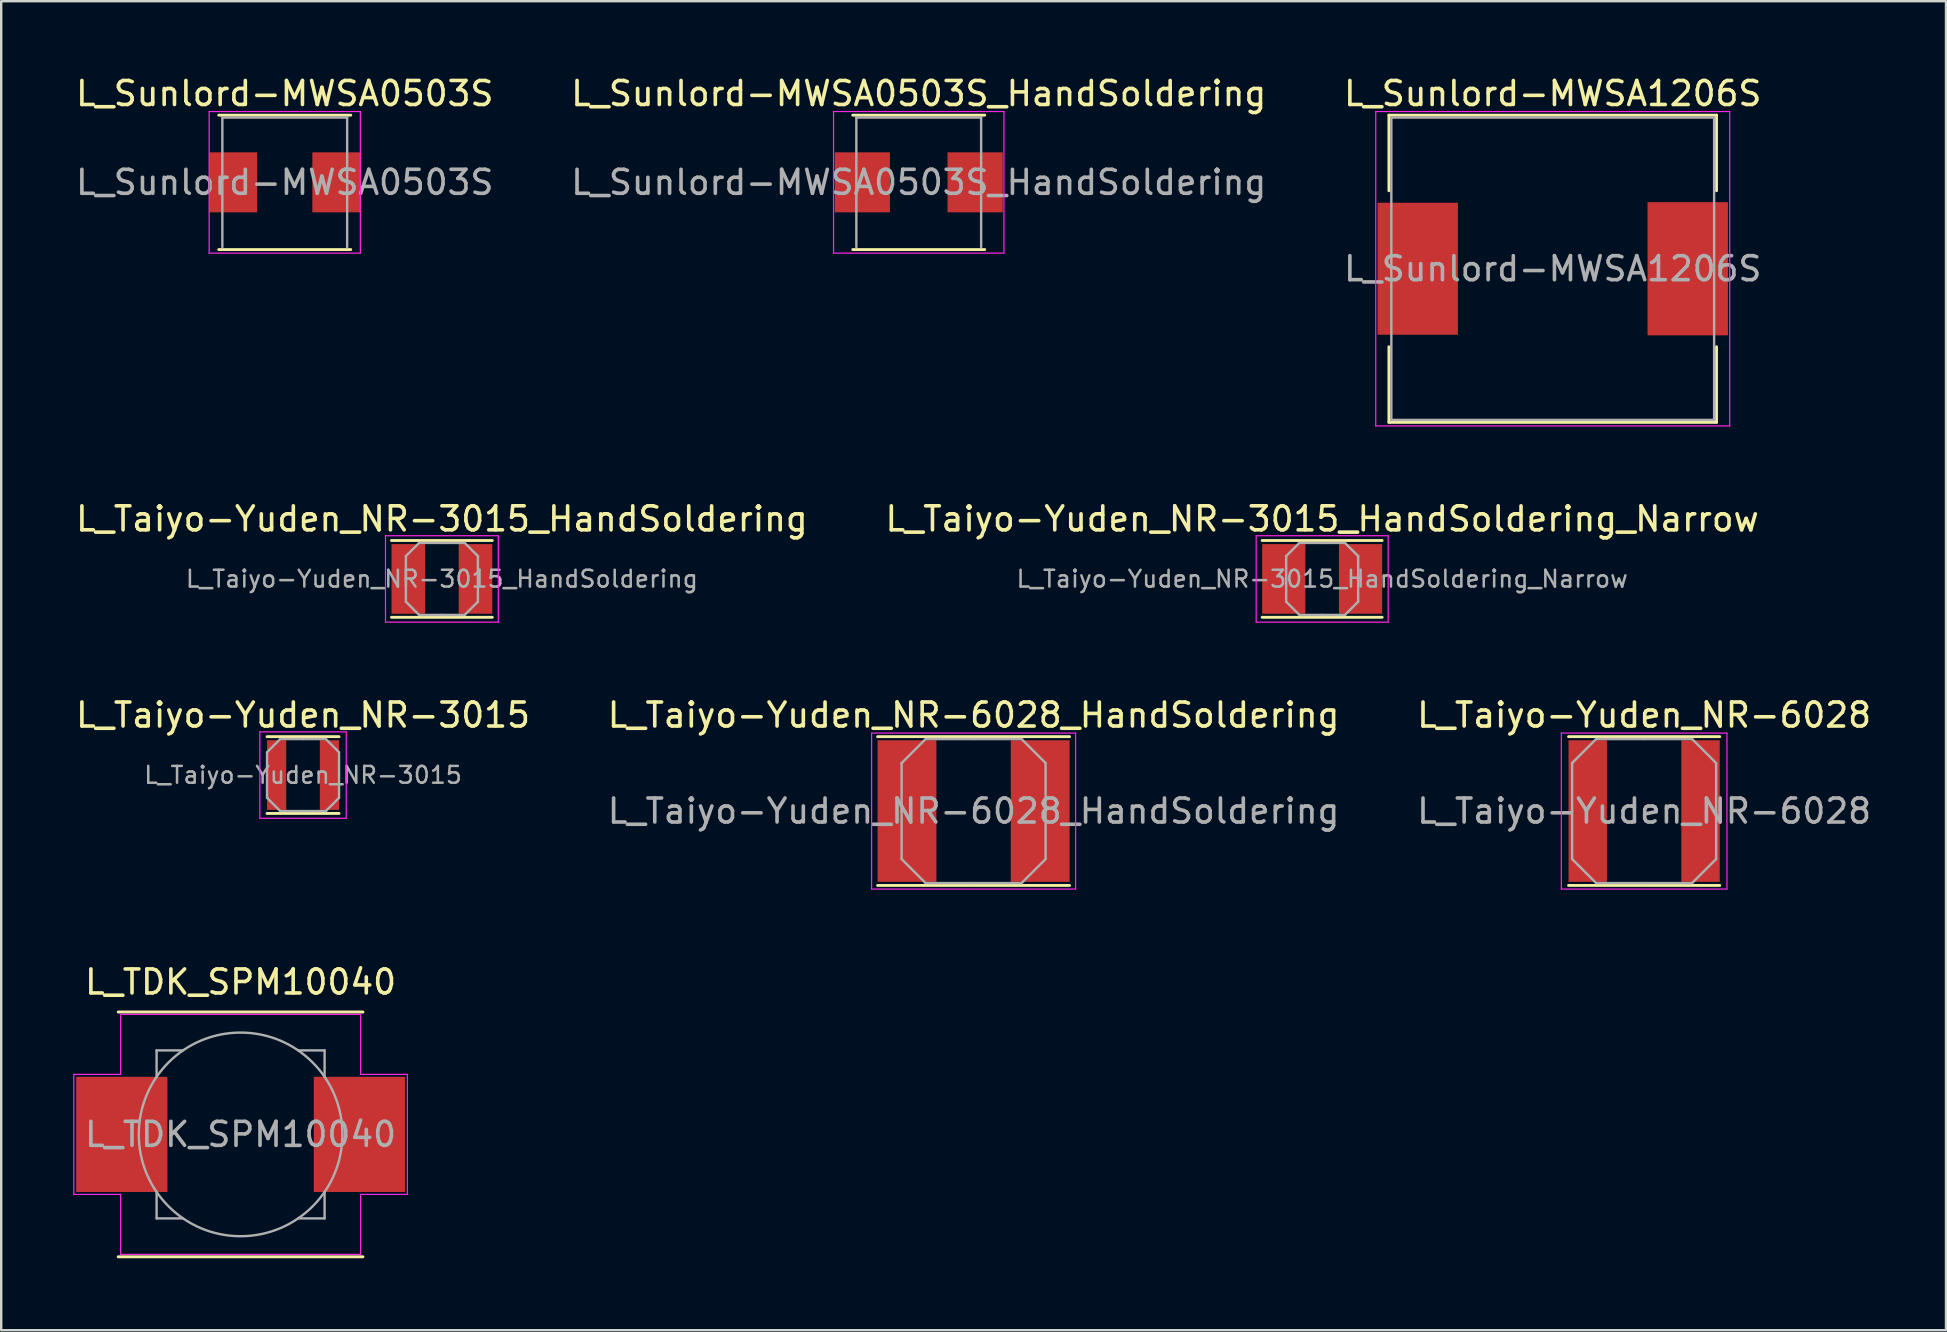
<source format=kicad_pcb>
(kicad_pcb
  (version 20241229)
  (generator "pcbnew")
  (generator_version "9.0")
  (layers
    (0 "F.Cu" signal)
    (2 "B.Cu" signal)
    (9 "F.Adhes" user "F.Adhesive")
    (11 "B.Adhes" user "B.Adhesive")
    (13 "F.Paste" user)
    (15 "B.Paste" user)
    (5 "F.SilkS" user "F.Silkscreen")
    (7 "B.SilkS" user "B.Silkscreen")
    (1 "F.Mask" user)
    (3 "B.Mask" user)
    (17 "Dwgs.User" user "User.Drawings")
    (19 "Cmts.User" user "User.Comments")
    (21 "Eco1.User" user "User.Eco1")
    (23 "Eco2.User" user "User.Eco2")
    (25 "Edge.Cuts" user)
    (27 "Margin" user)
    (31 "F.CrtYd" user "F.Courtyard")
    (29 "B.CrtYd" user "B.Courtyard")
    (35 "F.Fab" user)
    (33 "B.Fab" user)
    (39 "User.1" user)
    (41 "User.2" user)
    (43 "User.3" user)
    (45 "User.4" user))
  (footprint "L_Sunlord-MWSA0503S_HandSoldering"
    (layer "F.Cu")
    (at 35.232 4.548)
    (property "Reference" "L_Sunlord-MWSA0503S_HandSoldering" (at 0 -3.7 0) (layer "F.SilkS") (effects (font (size 1 1) (thickness 0.15))))
    (attr smd)
    (fp_line (start -2.75 -2.8) (end 2.75 -2.8) (stroke (width 0.12) (type solid)) (layer "F.SilkS"))
    (fp_line (start -2.75 2.8) (end 2.75 2.8) (stroke (width 0.12) (type solid)) (layer "F.SilkS"))
    (fp_line (start -3.55 -2.95) (end -3.55 2.95) (stroke (width 0.05) (type solid)) (layer "F.CrtYd"))
    (fp_line (start -3.55 2.95) (end 3.55 2.95) (stroke (width 0.05) (type solid)) (layer "F.CrtYd"))
    (fp_line (start 3.55 -2.95) (end -3.55 -2.95) (stroke (width 0.05) (type solid)) (layer "F.CrtYd"))
    (fp_line (start 3.55 2.95) (end 3.55 -2.95) (stroke (width 0.05) (type solid)) (layer "F.CrtYd"))
    (fp_line (start -2.6 -2.7) (end 2.6 -2.7) (stroke (width 0.1) (type solid)) (layer "F.Fab"))
    (fp_line (start -2.6 2.7) (end -2.6 -2.7) (stroke (width 0.1) (type solid)) (layer "F.Fab"))
    (fp_line (start 2.6 2.7) (end 2.6 -2.7) (stroke (width 0.1) (type solid)) (layer "F.Fab"))
    (fp_text user "${REFERENCE}" (at 0 0 0) (layer "F.Fab") (effects (font (size 1 1) (thickness 0.15))))
    (pad "1" smd rect (at -2.35 0) (size 2.3 2.5) (layers "F.Cu" "F.Mask" "F.Paste"))
    (pad "2" smd rect (at 2.35 0) (size 2.3 2.5) (layers "F.Cu" "F.Mask" "F.Paste")))
  (footprint "L_Sunlord-MWSA0503S"
    (layer "F.Cu")
    (at 8.815 4.548)
    (property "Reference" "L_Sunlord-MWSA0503S" (at 0 -3.7 0) (layer "F.SilkS") (effects (font (size 1 1) (thickness 0.15))))
    (attr smd)
    (fp_line (start -2.75 -2.8) (end 2.75 -2.8) (stroke (width 0.12) (type solid)) (layer "F.SilkS"))
    (fp_line (start -2.75 2.8) (end 2.75 2.8) (stroke (width 0.12) (type solid)) (layer "F.SilkS"))
    (fp_line (start -3.15 -2.95) (end -3.15 2.95) (stroke (width 0.05) (type solid)) (layer "F.CrtYd"))
    (fp_line (start -3.15 2.95) (end 3.15 2.95) (stroke (width 0.05) (type solid)) (layer "F.CrtYd"))
    (fp_line (start 3.15 -2.95) (end -3.15 -2.95) (stroke (width 0.05) (type solid)) (layer "F.CrtYd"))
    (fp_line (start 3.15 2.95) (end 3.15 -2.95) (stroke (width 0.05) (type solid)) (layer "F.CrtYd"))
    (fp_line (start -2.6 -2.7) (end 2.6 -2.7) (stroke (width 0.1) (type solid)) (layer "F.Fab"))
    (fp_line (start -2.6 2.7) (end -2.6 -2.7) (stroke (width 0.1) (type solid)) (layer "F.Fab"))
    (fp_line (start 2.6 2.7) (end 2.6 -2.7) (stroke (width 0.1) (type solid)) (layer "F.Fab"))
    (fp_text user "${REFERENCE}" (at 0 0 0) (layer "F.Fab") (effects (font (size 1 1) (thickness 0.15))))
    (pad "1" smd rect (at -2.15 0) (size 2 2.5) (layers "F.Cu" "F.Mask" "F.Paste"))
    (pad "2" smd rect (at 2.15 0) (size 2 2.5) (layers "F.Cu" "F.Mask" "F.Paste")))
  (footprint "L_Sunlord-MWSA1206S"
    (layer "F.Cu")
    (at 61.649 8.148)
    (property "Reference" "L_Sunlord-MWSA1206S" (at 0 -7.3 0) (layer "F.SilkS") (effects (font (size 1 1) (thickness 0.15))))
    (attr smd)
    (fp_line (start -6.825 -6.4) (end 6.825 -6.4) (stroke (width 0.12) (type solid)) (layer "F.SilkS"))
    (fp_line (start -6.825 -3.25) (end -6.825 -6.4) (stroke (width 0.12) (type solid)) (layer "F.SilkS"))
    (fp_line (start -6.825 3.25) (end -6.825 6.4) (stroke (width 0.12) (type solid)) (layer "F.SilkS"))
    (fp_line (start 6.825 -3.25) (end 6.825 -6.4) (stroke (width 0.12) (type solid)) (layer "F.SilkS"))
    (fp_line (start 6.825 3.25) (end 6.825 6.4) (stroke (width 0.12) (type solid)) (layer "F.SilkS"))
    (fp_line (start 6.825 6.4) (end -6.825 6.4) (stroke (width 0.12) (type solid)) (layer "F.SilkS"))
    (fp_line (start -7.375 -6.55) (end -7.375 6.55) (stroke (width 0.05) (type solid)) (layer "F.CrtYd"))
    (fp_line (start -7.375 6.55) (end 7.375 6.55) (stroke (width 0.05) (type solid)) (layer "F.CrtYd"))
    (fp_line (start 7.375 -6.55) (end -7.375 -6.55) (stroke (width 0.05) (type solid)) (layer "F.CrtYd"))
    (fp_line (start 7.375 6.55) (end 7.375 -6.55) (stroke (width 0.05) (type solid)) (layer "F.CrtYd"))
    (fp_line (start -6.725 -6.3) (end 6.725 -6.3) (stroke (width 0.1) (type solid)) (layer "F.Fab"))
    (fp_line (start -6.725 6.3) (end -6.725 -6.3) (stroke (width 0.1) (type solid)) (layer "F.Fab"))
    (fp_line (start -6.725 6.3) (end 6.725 6.3) (stroke (width 0.1) (type solid)) (layer "F.Fab"))
    (fp_line (start 6.725 -6.3) (end 6.725 6.3) (stroke (width 0.1) (type solid)) (layer "F.Fab"))
    (fp_text user "${REFERENCE}" (at 0 0 0) (layer "F.Fab") (effects (font (size 1 1) (thickness 0.15))))
    (pad "1" smd rect (at -5.625 0) (size 3.35 5.5) (layers "F.Cu" "F.Mask" "F.Paste"))
    (pad "2" smd rect (at 5.625 0) (size 3.35 5.55) (layers "F.Cu" "F.Mask" "F.Paste")))
  (footprint "L_Taiyo-Yuden_NR-3015_HandSoldering"
    (layer "F.Cu")
    (at 15.363 21.072)
    (property "Reference" "L_Taiyo-Yuden_NR-3015_HandSoldering" (at 0 -2.5 0) (layer "F.SilkS") (effects (font (size 1 1) (thickness 0.15))))
    (attr smd)
    (fp_line (start -2.1 -1.6) (end 2.1 -1.6) (stroke (width 0.12) (type solid)) (layer "F.SilkS"))
    (fp_line (start -2.1 1.6) (end 2.1 1.6) (stroke (width 0.12) (type solid)) (layer "F.SilkS"))
    (fp_line (start -2.35 -1.8) (end -2.35 1.8) (stroke (width 0.05) (type solid)) (layer "F.CrtYd"))
    (fp_line (start -2.35 1.8) (end 2.35 1.8) (stroke (width 0.05) (type solid)) (layer "F.CrtYd"))
    (fp_line (start 2.35 -1.8) (end -2.35 -1.8) (stroke (width 0.05) (type solid)) (layer "F.CrtYd"))
    (fp_line (start 2.35 1.8) (end 2.35 -1.8) (stroke (width 0.05) (type solid)) (layer "F.CrtYd"))
    (fp_line (start -1.5 -0.95) (end -0.95 -1.5) (stroke (width 0.1) (type solid)) (layer "F.Fab"))
    (fp_line (start -1.5 0) (end -1.5 -0.95) (stroke (width 0.1) (type solid)) (layer "F.Fab"))
    (fp_line (start -1.5 0) (end -1.5 0.95) (stroke (width 0.1) (type solid)) (layer "F.Fab"))
    (fp_line (start -1.5 0.95) (end -0.95 1.5) (stroke (width 0.1) (type solid)) (layer "F.Fab"))
    (fp_line (start -0.95 -1.5) (end 0 -1.5) (stroke (width 0.1) (type solid)) (layer "F.Fab"))
    (fp_line (start -0.95 1.5) (end 0 1.5) (stroke (width 0.1) (type solid)) (layer "F.Fab"))
    (fp_line (start 0.95 -1.5) (end 0 -1.5) (stroke (width 0.1) (type solid)) (layer "F.Fab"))
    (fp_line (start 0.95 1.5) (end 0 1.5) (stroke (width 0.1) (type solid)) (layer "F.Fab"))
    (fp_line (start 1.5 -0.95) (end 0.95 -1.5) (stroke (width 0.1) (type solid)) (layer "F.Fab"))
    (fp_line (start 1.5 0) (end 1.5 -0.95) (stroke (width 0.1) (type solid)) (layer "F.Fab"))
    (fp_line (start 1.5 0) (end 1.5 0.95) (stroke (width 0.1) (type solid)) (layer "F.Fab"))
    (fp_line (start 1.5 0.95) (end 0.95 1.5) (stroke (width 0.1) (type solid)) (layer "F.Fab"))
    (fp_text user "${REFERENCE}" (at 0 0 0) (layer "F.Fab") (effects (font (size 0.7 0.7) (thickness 0.105))))
    (pad "1" smd rect (at -1.4 0) (size 1.4 2.9) (layers "F.Cu" "F.Mask" "F.Paste"))
    (pad "2" smd rect (at 1.4 0) (size 1.4 2.9) (layers "F.Cu" "F.Mask" "F.Paste")))
  (footprint "L_Taiyo-Yuden_NR-6028_HandSoldering"
    (layer "F.Cu")
    (at 37.518 30.745)
    (property "Reference" "L_Taiyo-Yuden_NR-6028_HandSoldering" (at 0 -4 0) (layer "F.SilkS") (effects (font (size 1 1) (thickness 0.15))))
    (attr smd)
    (fp_line (start -4 -3.1) (end 4 -3.1) (stroke (width 0.12) (type solid)) (layer "F.SilkS"))
    (fp_line (start -4 3.1) (end 4 3.1) (stroke (width 0.12) (type solid)) (layer "F.SilkS"))
    (fp_line (start -4.25 -3.25) (end -4.25 3.25) (stroke (width 0.05) (type solid)) (layer "F.CrtYd"))
    (fp_line (start -4.25 3.25) (end 4.25 3.25) (stroke (width 0.05) (type solid)) (layer "F.CrtYd"))
    (fp_line (start 4.25 -3.25) (end -4.25 -3.25) (stroke (width 0.05) (type solid)) (layer "F.CrtYd"))
    (fp_line (start 4.25 3.25) (end 4.25 -3.25) (stroke (width 0.05) (type solid)) (layer "F.CrtYd"))
    (fp_line (start -3 -2) (end -2 -3) (stroke (width 0.1) (type solid)) (layer "F.Fab"))
    (fp_line (start -3 0) (end -3 -2) (stroke (width 0.1) (type solid)) (layer "F.Fab"))
    (fp_line (start -3 0) (end -3 2) (stroke (width 0.1) (type solid)) (layer "F.Fab"))
    (fp_line (start -3 2) (end -2 3) (stroke (width 0.1) (type solid)) (layer "F.Fab"))
    (fp_line (start -2 -3) (end 0 -3) (stroke (width 0.1) (type solid)) (layer "F.Fab"))
    (fp_line (start -2 3) (end 0 3) (stroke (width 0.1) (type solid)) (layer "F.Fab"))
    (fp_line (start 2 -3) (end 0 -3) (stroke (width 0.1) (type solid)) (layer "F.Fab"))
    (fp_line (start 2 3) (end 0 3) (stroke (width 0.1) (type solid)) (layer "F.Fab"))
    (fp_line (start 3 -2) (end 2 -3) (stroke (width 0.1) (type solid)) (layer "F.Fab"))
    (fp_line (start 3 0) (end 3 -2) (stroke (width 0.1) (type solid)) (layer "F.Fab"))
    (fp_line (start 3 0) (end 3 2) (stroke (width 0.1) (type solid)) (layer "F.Fab"))
    (fp_line (start 3 2) (end 2 3) (stroke (width 0.1) (type solid)) (layer "F.Fab"))
    (fp_text user "${REFERENCE}" (at 0 0 0) (layer "F.Fab") (effects (font (size 1 1) (thickness 0.15))))
    (pad "1" smd rect (at -2.775 0) (size 2.45 5.9) (layers "F.Cu" "F.Mask" "F.Paste"))
    (pad "2" smd rect (at 2.775 0) (size 2.45 5.9) (layers "F.Cu" "F.Mask" "F.Paste")))
  (footprint "L_Taiyo-Yuden_NR-3015_HandSoldering_Narrow"
    (layer "F.Cu")
    (at 52.042 21.072)
    (property "Reference" "L_Taiyo-Yuden_NR-3015_HandSoldering_Narrow" (at 0 -2.5 0) (layer "F.SilkS") (effects (font (size 1 1) (thickness 0.15))))
    (attr smd)
    (fp_line (start -2.5 -1.6) (end 2.5 -1.6) (stroke (width 0.12) (type solid)) (layer "F.SilkS"))
    (fp_line (start -2.5 1.6) (end 2.5 1.6) (stroke (width 0.12) (type solid)) (layer "F.SilkS"))
    (fp_line (start -2.75 -1.8) (end -2.75 1.8) (stroke (width 0.05) (type solid)) (layer "F.CrtYd"))
    (fp_line (start -2.75 1.8) (end 2.75 1.8) (stroke (width 0.05) (type solid)) (layer "F.CrtYd"))
    (fp_line (start 2.75 -1.8) (end -2.75 -1.8) (stroke (width 0.05) (type solid)) (layer "F.CrtYd"))
    (fp_line (start 2.75 1.8) (end 2.75 -1.8) (stroke (width 0.05) (type solid)) (layer "F.CrtYd"))
    (fp_line (start -1.5 -0.95) (end -0.95 -1.5) (stroke (width 0.1) (type solid)) (layer "F.Fab"))
    (fp_line (start -1.5 0) (end -1.5 -0.95) (stroke (width 0.1) (type solid)) (layer "F.Fab"))
    (fp_line (start -1.5 0) (end -1.5 0.95) (stroke (width 0.1) (type solid)) (layer "F.Fab"))
    (fp_line (start -1.5 0.95) (end -0.95 1.5) (stroke (width 0.1) (type solid)) (layer "F.Fab"))
    (fp_line (start -0.95 -1.5) (end 0 -1.5) (stroke (width 0.1) (type solid)) (layer "F.Fab"))
    (fp_line (start -0.95 1.5) (end 0 1.5) (stroke (width 0.1) (type solid)) (layer "F.Fab"))
    (fp_line (start 0.95 -1.5) (end 0 -1.5) (stroke (width 0.1) (type solid)) (layer "F.Fab"))
    (fp_line (start 0.95 1.5) (end 0 1.5) (stroke (width 0.1) (type solid)) (layer "F.Fab"))
    (fp_line (start 1.5 -0.95) (end 0.95 -1.5) (stroke (width 0.1) (type solid)) (layer "F.Fab"))
    (fp_line (start 1.5 0) (end 1.5 -0.95) (stroke (width 0.1) (type solid)) (layer "F.Fab"))
    (fp_line (start 1.5 0) (end 1.5 0.95) (stroke (width 0.1) (type solid)) (layer "F.Fab"))
    (fp_line (start 1.5 0.95) (end 0.95 1.5) (stroke (width 0.1) (type solid)) (layer "F.Fab"))
    (fp_text user "${REFERENCE}" (at 0 0 0) (layer "F.Fab") (effects (font (size 0.7 0.7) (thickness 0.105))))
    (pad "1" smd rect (at -1.6 0) (size 1.8 2.9) (layers "F.Cu" "F.Mask" "F.Paste"))
    (pad "2" smd rect (at 1.6 0) (size 1.8 2.9) (layers "F.Cu" "F.Mask" "F.Paste")))
  (footprint "L_TDK_SPM10040"
    (layer "F.Cu")
    (at 6.975 44.218)
    (property "Reference" "L_TDK_SPM10040" (at 0 -6.35 0) (layer "F.SilkS") (effects (font (size 1 1) (thickness 0.15))))
    (attr smd)
    (fp_line (start -5.1 -5.1) (end 5.1 -5.1) (stroke (width 0.12) (type solid)) (layer "F.SilkS"))
    (fp_line (start -5.1 5.1) (end 5.1 5.1) (stroke (width 0.12) (type solid)) (layer "F.SilkS"))
    (fp_line (start -6.95 -2.5) (end -5 -2.5) (stroke (width 0.05) (type solid)) (layer "F.CrtYd"))
    (fp_line (start -6.95 2.5) (end -6.95 -2.5) (stroke (width 0.05) (type solid)) (layer "F.CrtYd"))
    (fp_line (start -6.95 2.5) (end -5 2.5) (stroke (width 0.05) (type solid)) (layer "F.CrtYd"))
    (fp_line (start -5 -5) (end -5 -2.5) (stroke (width 0.05) (type solid)) (layer "F.CrtYd"))
    (fp_line (start -5 2.5) (end -5 5) (stroke (width 0.05) (type solid)) (layer "F.CrtYd"))
    (fp_line (start -5 5) (end 5 5) (stroke (width 0.05) (type solid)) (layer "F.CrtYd"))
    (fp_line (start 5 -5) (end -5 -5) (stroke (width 0.05) (type solid)) (layer "F.CrtYd"))
    (fp_line (start 5 -2.5) (end 5 -5) (stroke (width 0.05) (type solid)) (layer "F.CrtYd"))
    (fp_line (start 5 2.5) (end 5 5) (stroke (width 0.05) (type solid)) (layer "F.CrtYd"))
    (fp_line (start 6.95 -2.5) (end 5 -2.5) (stroke (width 0.05) (type solid)) (layer "F.CrtYd"))
    (fp_line (start 6.95 -2.5) (end 6.95 2.5) (stroke (width 0.05) (type solid)) (layer "F.CrtYd"))
    (fp_line (start 6.95 2.5) (end 5 2.5) (stroke (width 0.05) (type solid)) (layer "F.CrtYd"))
    (fp_line (start -3.5 -3.5) (end -2.4 -3.5) (stroke (width 0.1) (type solid)) (layer "F.Fab"))
    (fp_line (start -3.5 -2.4) (end -3.5 -3.5) (stroke (width 0.1) (type solid)) (layer "F.Fab"))
    (fp_line (start -3.5 2.4) (end -3.5 3.5) (stroke (width 0.1) (type solid)) (layer "F.Fab"))
    (fp_line (start -3.5 3.5) (end -2.4 3.5) (stroke (width 0.1) (type solid)) (layer "F.Fab"))
    (fp_line (start 3.5 -3.5) (end 2.4 -3.5) (stroke (width 0.1) (type solid)) (layer "F.Fab"))
    (fp_line (start 3.5 -3.5) (end 3.5 -2.4) (stroke (width 0.1) (type solid)) (layer "F.Fab"))
    (fp_line (start 3.5 2.4) (end 3.5 3.5) (stroke (width 0.1) (type solid)) (layer "F.Fab"))
    (fp_line (start 3.5 3.5) (end 2.4 3.5) (stroke (width 0.1) (type solid)) (layer "F.Fab"))
    (fp_circle (center 0 0) (end 3 3) (stroke (width 0.1) (type solid)) (fill no) (layer "F.Fab"))
    (fp_text user "${REFERENCE}" (at 0 0 0) (layer "F.Fab") (effects (font (size 1 1) (thickness 0.15))))
    (pad "1" smd rect (at -4.95 0) (size 3.8 4.8) (layers "F.Cu" "F.Mask" "F.Paste"))
    (pad "2" smd rect (at 4.95 0) (size 3.8 4.8) (layers "F.Cu" "F.Mask" "F.Paste")))
  (footprint "L_Taiyo-Yuden_NR-3015"
    (layer "F.Cu")
    (at 9.577 29.245)
    (property "Reference" "L_Taiyo-Yuden_NR-3015" (at 0 -2.5 0) (layer "F.SilkS") (effects (font (size 1 1) (thickness 0.15))))
    (attr smd)
    (fp_line (start -1.5 -1.6) (end 1.5 -1.6) (stroke (width 0.12) (type solid)) (layer "F.SilkS"))
    (fp_line (start -1.5 1.6) (end 1.5 1.6) (stroke (width 0.12) (type solid)) (layer "F.SilkS"))
    (fp_line (start -1.8 -1.8) (end -1.8 1.8) (stroke (width 0.05) (type solid)) (layer "F.CrtYd"))
    (fp_line (start -1.8 1.8) (end 1.8 1.8) (stroke (width 0.05) (type solid)) (layer "F.CrtYd"))
    (fp_line (start 1.8 -1.8) (end -1.8 -1.8) (stroke (width 0.05) (type solid)) (layer "F.CrtYd"))
    (fp_line (start 1.8 1.8) (end 1.8 -1.8) (stroke (width 0.05) (type solid)) (layer "F.CrtYd"))
    (fp_line (start -1.5 -0.95) (end -0.95 -1.5) (stroke (width 0.1) (type solid)) (layer "F.Fab"))
    (fp_line (start -1.5 0) (end -1.5 -0.95) (stroke (width 0.1) (type solid)) (layer "F.Fab"))
    (fp_line (start -1.5 0) (end -1.5 0.95) (stroke (width 0.1) (type solid)) (layer "F.Fab"))
    (fp_line (start -1.5 0.95) (end -0.95 1.5) (stroke (width 0.1) (type solid)) (layer "F.Fab"))
    (fp_line (start -0.95 -1.5) (end 0 -1.5) (stroke (width 0.1) (type solid)) (layer "F.Fab"))
    (fp_line (start -0.95 1.5) (end 0 1.5) (stroke (width 0.1) (type solid)) (layer "F.Fab"))
    (fp_line (start 0.95 -1.5) (end 0 -1.5) (stroke (width 0.1) (type solid)) (layer "F.Fab"))
    (fp_line (start 0.95 1.5) (end 0 1.5) (stroke (width 0.1) (type solid)) (layer "F.Fab"))
    (fp_line (start 1.5 -0.95) (end 0.95 -1.5) (stroke (width 0.1) (type solid)) (layer "F.Fab"))
    (fp_line (start 1.5 0) (end 1.5 -0.95) (stroke (width 0.1) (type solid)) (layer "F.Fab"))
    (fp_line (start 1.5 0) (end 1.5 0.95) (stroke (width 0.1) (type solid)) (layer "F.Fab"))
    (fp_line (start 1.5 0.95) (end 0.95 1.5) (stroke (width 0.1) (type solid)) (layer "F.Fab"))
    (fp_text user "${REFERENCE}" (at 0 0 0) (layer "F.Fab") (effects (font (size 0.7 0.7) (thickness 0.105))))
    (pad "1" smd rect (at -1.1 0) (size 0.8 2.9) (layers "F.Cu" "F.Mask" "F.Paste"))
    (pad "2" smd rect (at 1.1 0) (size 0.8 2.9) (layers "F.Cu" "F.Mask" "F.Paste")))
  (footprint "L_Taiyo-Yuden_NR-6028"
    (layer "F.Cu")
    (at 65.458 30.745)
    (property "Reference" "L_Taiyo-Yuden_NR-6028" (at 0 -4 0) (layer "F.SilkS") (effects (font (size 1 1) (thickness 0.15))))
    (attr smd)
    (fp_line (start -3.15 -3.1) (end 3.15 -3.1) (stroke (width 0.12) (type solid)) (layer "F.SilkS"))
    (fp_line (start -3.15 3.1) (end 3.15 3.1) (stroke (width 0.12) (type solid)) (layer "F.SilkS"))
    (fp_line (start -3.45 -3.25) (end -3.45 3.25) (stroke (width 0.05) (type solid)) (layer "F.CrtYd"))
    (fp_line (start -3.45 3.25) (end 3.45 3.25) (stroke (width 0.05) (type solid)) (layer "F.CrtYd"))
    (fp_line (start 3.45 -3.25) (end -3.45 -3.25) (stroke (width 0.05) (type solid)) (layer "F.CrtYd"))
    (fp_line (start 3.45 3.25) (end 3.45 -3.25) (stroke (width 0.05) (type solid)) (layer "F.CrtYd"))
    (fp_line (start -3 -2) (end -2 -3) (stroke (width 0.1) (type solid)) (layer "F.Fab"))
    (fp_line (start -3 0) (end -3 -2) (stroke (width 0.1) (type solid)) (layer "F.Fab"))
    (fp_line (start -3 0) (end -3 2) (stroke (width 0.1) (type solid)) (layer "F.Fab"))
    (fp_line (start -3 2) (end -2 3) (stroke (width 0.1) (type solid)) (layer "F.Fab"))
    (fp_line (start -2 -3) (end 0 -3) (stroke (width 0.1) (type solid)) (layer "F.Fab"))
    (fp_line (start -2 3) (end 0 3) (stroke (width 0.1) (type solid)) (layer "F.Fab"))
    (fp_line (start 2 -3) (end 0 -3) (stroke (width 0.1) (type solid)) (layer "F.Fab"))
    (fp_line (start 2 3) (end 0 3) (stroke (width 0.1) (type solid)) (layer "F.Fab"))
    (fp_line (start 3 -2) (end 2 -3) (stroke (width 0.1) (type solid)) (layer "F.Fab"))
    (fp_line (start 3 0) (end 3 -2) (stroke (width 0.1) (type solid)) (layer "F.Fab"))
    (fp_line (start 3 0) (end 3 2) (stroke (width 0.1) (type solid)) (layer "F.Fab"))
    (fp_line (start 3 2) (end 2 3) (stroke (width 0.1) (type solid)) (layer "F.Fab"))
    (fp_text user "${REFERENCE}" (at 0 0 0) (layer "F.Fab") (effects (font (size 1 1) (thickness 0.15))))
    (pad "1" smd rect (at -2.35 0) (size 1.6 5.9) (layers "F.Cu" "F.Mask" "F.Paste"))
    (pad "2" smd rect (at 2.35 0) (size 1.6 5.9) (layers "F.Cu" "F.Mask" "F.Paste")))
  (gr_rect
    (start -3 -3)
    (end 78.036 52.378)
    (stroke (width 0.1) (type default))
    (fill no)
    (layer "Edge.Cuts")))
</source>
